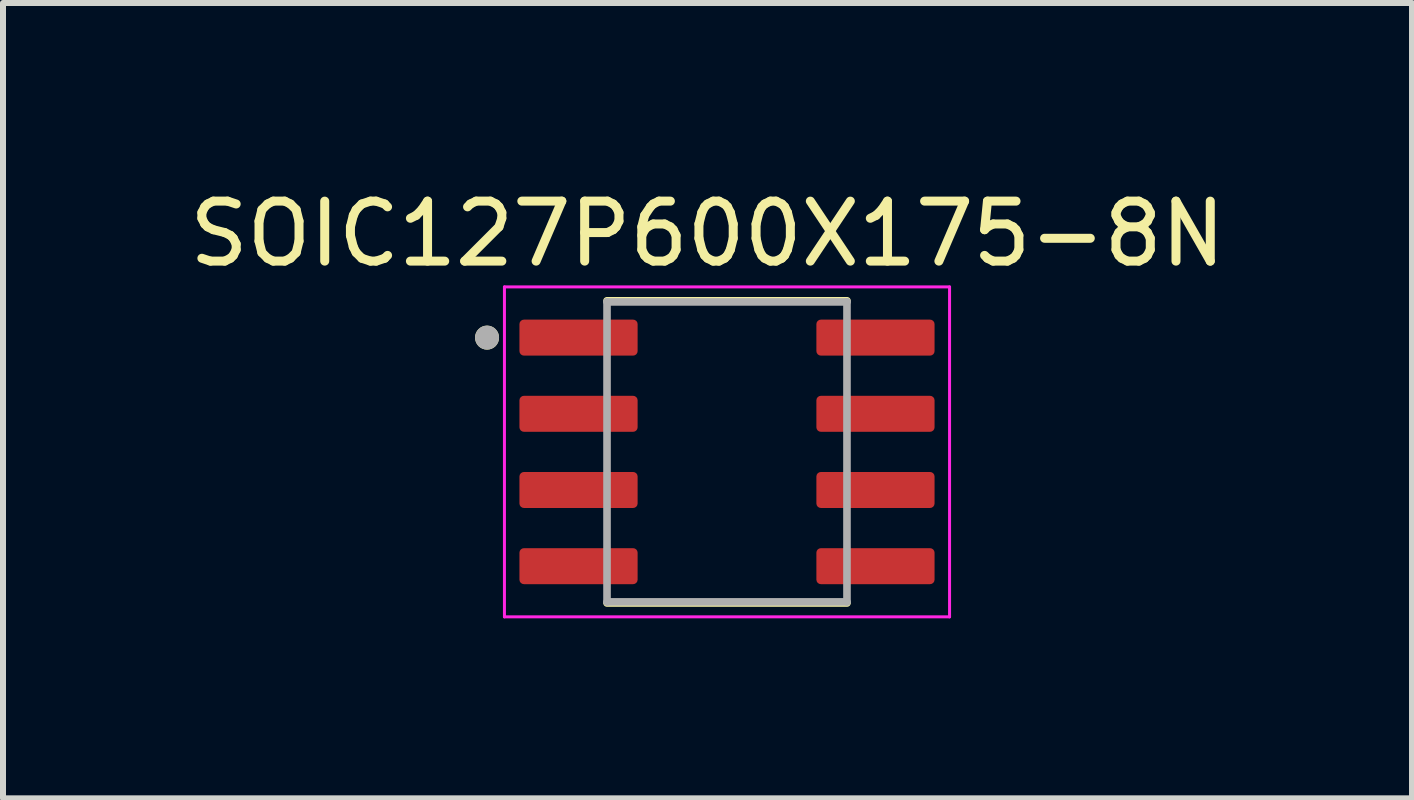
<source format=kicad_pcb>
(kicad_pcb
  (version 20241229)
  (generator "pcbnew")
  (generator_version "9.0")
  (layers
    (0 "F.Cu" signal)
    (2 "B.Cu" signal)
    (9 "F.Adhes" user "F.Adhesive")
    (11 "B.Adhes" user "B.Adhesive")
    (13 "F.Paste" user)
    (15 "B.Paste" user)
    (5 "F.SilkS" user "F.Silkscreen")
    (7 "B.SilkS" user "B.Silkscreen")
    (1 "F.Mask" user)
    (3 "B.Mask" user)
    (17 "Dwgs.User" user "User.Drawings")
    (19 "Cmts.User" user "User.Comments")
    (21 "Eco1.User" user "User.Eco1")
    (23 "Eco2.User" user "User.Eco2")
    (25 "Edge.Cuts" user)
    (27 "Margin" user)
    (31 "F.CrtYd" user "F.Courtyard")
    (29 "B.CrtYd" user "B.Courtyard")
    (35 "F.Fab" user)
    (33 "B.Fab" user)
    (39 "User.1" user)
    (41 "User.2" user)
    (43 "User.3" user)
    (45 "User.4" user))
  (footprint "SOIC127P600X175-8N"
    (layer "F.Cu")
    (at 9.069 4.483)
    (property "Reference" "SOIC127P600X175-8N" (at -0.325 -3.635 0) (layer "F.SilkS") (effects (font (size 1 1) (thickness 0.15))))
    (attr smd)
    (fp_line (start -2 -2.519) (end 2 -2.519) (stroke (width 0.127) (type solid)) (layer "F.SilkS"))
    (fp_line (start -2 2.519) (end 2 2.519) (stroke (width 0.127) (type solid)) (layer "F.SilkS"))
    (fp_circle (center -4 -1.905) (end -3.9 -1.905) (stroke (width 0.2) (type solid)) (fill no) (layer "F.SilkS"))
    (fp_line (start -3.71 -2.75) (end -3.71 2.75) (stroke (width 0.05) (type solid)) (layer "F.CrtYd"))
    (fp_line (start -3.71 -2.75) (end 3.71 -2.75) (stroke (width 0.05) (type solid)) (layer "F.CrtYd"))
    (fp_line (start -3.71 2.75) (end 3.71 2.75) (stroke (width 0.05) (type solid)) (layer "F.CrtYd"))
    (fp_line (start 3.71 -2.75) (end 3.71 2.75) (stroke (width 0.05) (type solid)) (layer "F.CrtYd"))
    (fp_line (start -2 -2.5) (end -2 2.5) (stroke (width 0.127) (type solid)) (layer "F.Fab"))
    (fp_line (start -2 -2.5) (end 2 -2.5) (stroke (width 0.127) (type solid)) (layer "F.Fab"))
    (fp_line (start -2 2.5) (end 2 2.5) (stroke (width 0.127) (type solid)) (layer "F.Fab"))
    (fp_line (start 2 -2.5) (end 2 2.5) (stroke (width 0.127) (type solid)) (layer "F.Fab"))
    (fp_circle (center -4 -1.905) (end -3.9 -1.905) (stroke (width 0.2) (type solid)) (fill no) (layer "F.Fab"))
    (pad "1" smd roundrect (at -2.475 -1.905) (size 1.97 0.6) (layers "F.Cu" "F.Mask" "F.Paste") (roundrect_rratio 0.125))
    (pad "2" smd roundrect (at -2.475 -0.635) (size 1.97 0.6) (layers "F.Cu" "F.Mask" "F.Paste") (roundrect_rratio 0.125))
    (pad "3" smd roundrect (at -2.475 0.635) (size 1.97 0.6) (layers "F.Cu" "F.Mask" "F.Paste") (roundrect_rratio 0.125))
    (pad "4" smd roundrect (at -2.475 1.905) (size 1.97 0.6) (layers "F.Cu" "F.Mask" "F.Paste") (roundrect_rratio 0.125))
    (pad "5" smd roundrect (at 2.475 1.905) (size 1.97 0.6) (layers "F.Cu" "F.Mask" "F.Paste") (roundrect_rratio 0.125))
    (pad "6" smd roundrect (at 2.475 0.635) (size 1.97 0.6) (layers "F.Cu" "F.Mask" "F.Paste") (roundrect_rratio 0.125))
    (pad "7" smd roundrect (at 2.475 -0.635) (size 1.97 0.6) (layers "F.Cu" "F.Mask" "F.Paste") (roundrect_rratio 0.125))
    (pad "8" smd roundrect (at 2.475 -1.905) (size 1.97 0.6) (layers "F.Cu" "F.Mask" "F.Paste") (roundrect_rratio 0.125)))
  (gr_rect
    (start -3 -3)
    (end 20.488 10.258)
    (stroke (width 0.1) (type default))
    (fill no)
    (layer "Edge.Cuts")))
</source>
